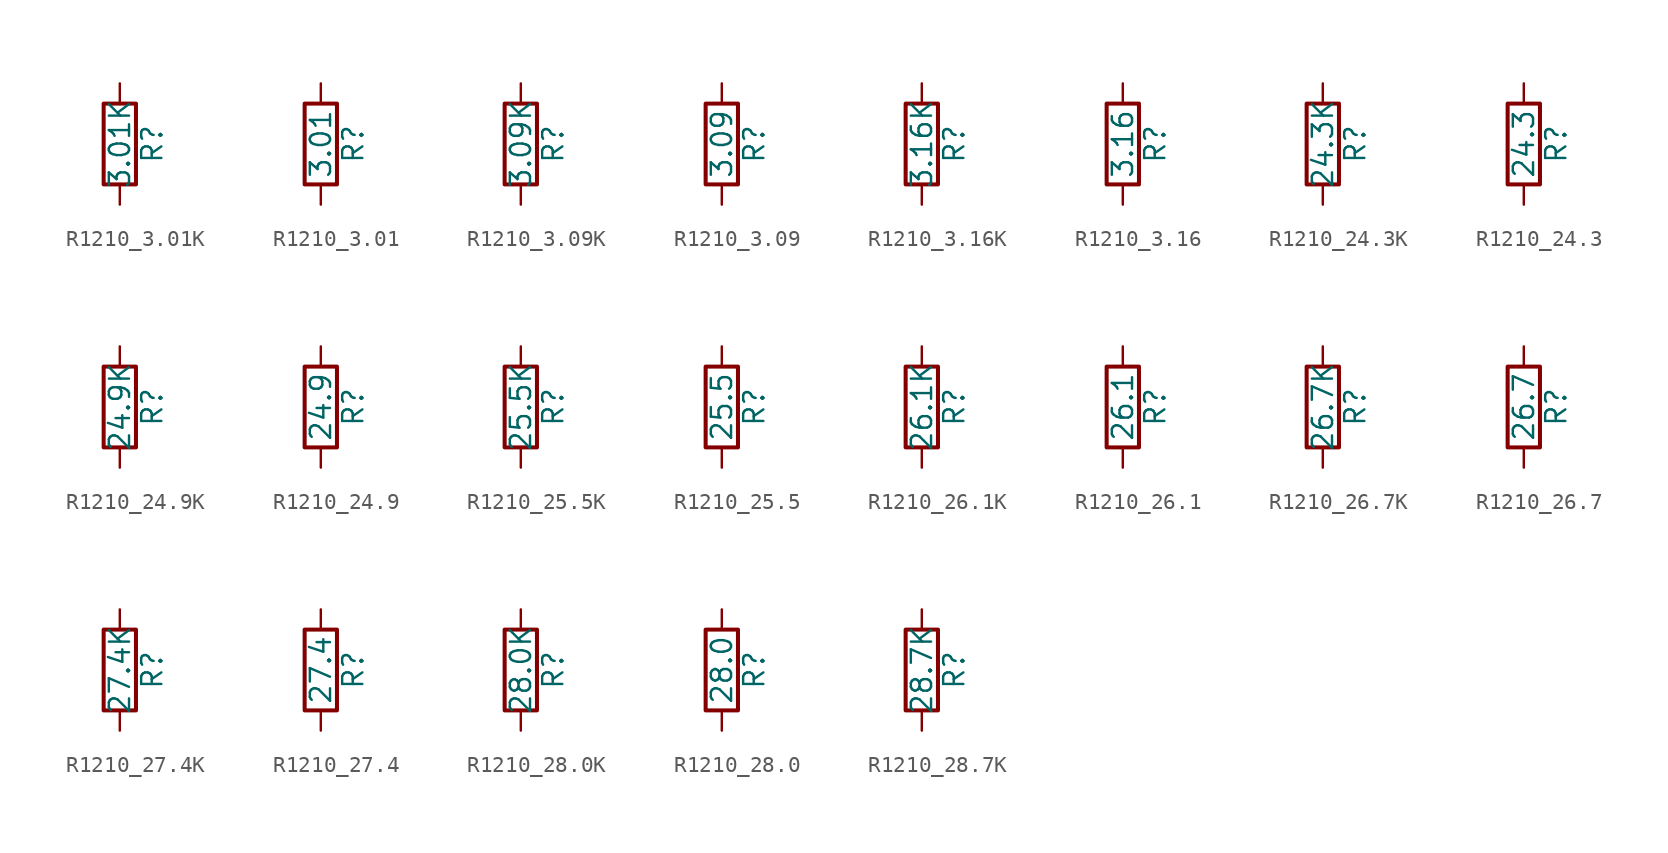
<source format=kicad_sym>
(kicad_symbol_lib
  (version 20211014)
  (generator atlantix-eda)
  (symbol "R1210_3.01K"
    (pin_numbers hide)
    (pin_names
      (offset 0))
    (property "Reference" "R"
      (at 2.032 0 90)
      (effects (font (size 1.27 1.27))))
    (property "Value" "3.01K"
      (at 0 0 90)
      (effects (font (size 1.27 1.27))))
    (symbol "R1210_3.01K_0_1"
      (rectangle (start -1.016 -2.54) (end 1.016 2.54) (stroke (width 0.254) (type default) (color 0 0 0 0)) (fill (type none))))
    (symbol "R1210_3.01K_1_1"
      (pin passive line (at 0 3.81 270) (length 1.27) (name "~" (effects (font (size 1.27 1.27)))) (number "1" (effects (font (size 1.27 1.27)))))
      (pin passive line (at 0 -3.81 90) (length 1.27) (name "~" (effects (font (size 1.27 1.27)))) (number "2" (effects (font (size 1.27 1.27)))))))
  (symbol "R1210_3.01"
    (pin_numbers hide)
    (pin_names
      (offset 0))
    (property "Reference" "R"
      (at 2.032 0 90)
      (effects (font (size 1.27 1.27))))
    (property "Value" "3.01"
      (at 0 0 90)
      (effects (font (size 1.27 1.27))))
    (symbol "R1210_3.01_0_1"
      (rectangle (start -1.016 -2.54) (end 1.016 2.54) (stroke (width 0.254) (type default) (color 0 0 0 0)) (fill (type none))))
    (symbol "R1210_3.01_1_1"
      (pin passive line (at 0 3.81 270) (length 1.27) (name "~" (effects (font (size 1.27 1.27)))) (number "1" (effects (font (size 1.27 1.27)))))
      (pin passive line (at 0 -3.81 90) (length 1.27) (name "~" (effects (font (size 1.27 1.27)))) (number "2" (effects (font (size 1.27 1.27)))))))
  (symbol "R1210_3.09K"
    (pin_numbers hide)
    (pin_names
      (offset 0))
    (property "Reference" "R"
      (at 2.032 0 90)
      (effects (font (size 1.27 1.27))))
    (property "Value" "3.09K"
      (at 0 0 90)
      (effects (font (size 1.27 1.27))))
    (symbol "R1210_3.09K_0_1"
      (rectangle (start -1.016 -2.54) (end 1.016 2.54) (stroke (width 0.254) (type default) (color 0 0 0 0)) (fill (type none))))
    (symbol "R1210_3.09K_1_1"
      (pin passive line (at 0 3.81 270) (length 1.27) (name "~" (effects (font (size 1.27 1.27)))) (number "1" (effects (font (size 1.27 1.27)))))
      (pin passive line (at 0 -3.81 90) (length 1.27) (name "~" (effects (font (size 1.27 1.27)))) (number "2" (effects (font (size 1.27 1.27)))))))
  (symbol "R1210_3.09"
    (pin_numbers hide)
    (pin_names
      (offset 0))
    (property "Reference" "R"
      (at 2.032 0 90)
      (effects (font (size 1.27 1.27))))
    (property "Value" "3.09"
      (at 0 0 90)
      (effects (font (size 1.27 1.27))))
    (symbol "R1210_3.09_0_1"
      (rectangle (start -1.016 -2.54) (end 1.016 2.54) (stroke (width 0.254) (type default) (color 0 0 0 0)) (fill (type none))))
    (symbol "R1210_3.09_1_1"
      (pin passive line (at 0 3.81 270) (length 1.27) (name "~" (effects (font (size 1.27 1.27)))) (number "1" (effects (font (size 1.27 1.27)))))
      (pin passive line (at 0 -3.81 90) (length 1.27) (name "~" (effects (font (size 1.27 1.27)))) (number "2" (effects (font (size 1.27 1.27)))))))
  (symbol "R1210_3.16K"
    (pin_numbers hide)
    (pin_names
      (offset 0))
    (property "Reference" "R"
      (at 2.032 0 90)
      (effects (font (size 1.27 1.27))))
    (property "Value" "3.16K"
      (at 0 0 90)
      (effects (font (size 1.27 1.27))))
    (symbol "R1210_3.16K_0_1"
      (rectangle (start -1.016 -2.54) (end 1.016 2.54) (stroke (width 0.254) (type default) (color 0 0 0 0)) (fill (type none))))
    (symbol "R1210_3.16K_1_1"
      (pin passive line (at 0 3.81 270) (length 1.27) (name "~" (effects (font (size 1.27 1.27)))) (number "1" (effects (font (size 1.27 1.27)))))
      (pin passive line (at 0 -3.81 90) (length 1.27) (name "~" (effects (font (size 1.27 1.27)))) (number "2" (effects (font (size 1.27 1.27)))))))
  (symbol "R1210_3.16"
    (pin_numbers hide)
    (pin_names
      (offset 0))
    (property "Reference" "R"
      (at 2.032 0 90)
      (effects (font (size 1.27 1.27))))
    (property "Value" "3.16"
      (at 0 0 90)
      (effects (font (size 1.27 1.27))))
    (symbol "R1210_3.16_0_1"
      (rectangle (start -1.016 -2.54) (end 1.016 2.54) (stroke (width 0.254) (type default) (color 0 0 0 0)) (fill (type none))))
    (symbol "R1210_3.16_1_1"
      (pin passive line (at 0 3.81 270) (length 1.27) (name "~" (effects (font (size 1.27 1.27)))) (number "1" (effects (font (size 1.27 1.27)))))
      (pin passive line (at 0 -3.81 90) (length 1.27) (name "~" (effects (font (size 1.27 1.27)))) (number "2" (effects (font (size 1.27 1.27)))))))
  (symbol "R1210_24.3K"
    (pin_numbers hide)
    (pin_names
      (offset 0))
    (property "Reference" "R"
      (at 2.032 0 90)
      (effects (font (size 1.27 1.27))))
    (property "Value" "24.3K"
      (at 0 0 90)
      (effects (font (size 1.27 1.27))))
    (symbol "R1210_24.3K_0_1"
      (rectangle (start -1.016 -2.54) (end 1.016 2.54) (stroke (width 0.254) (type default) (color 0 0 0 0)) (fill (type none))))
    (symbol "R1210_24.3K_1_1"
      (pin passive line (at 0 3.81 270) (length 1.27) (name "~" (effects (font (size 1.27 1.27)))) (number "1" (effects (font (size 1.27 1.27)))))
      (pin passive line (at 0 -3.81 90) (length 1.27) (name "~" (effects (font (size 1.27 1.27)))) (number "2" (effects (font (size 1.27 1.27)))))))
  (symbol "R1210_24.3"
    (pin_numbers hide)
    (pin_names
      (offset 0))
    (property "Reference" "R"
      (at 2.032 0 90)
      (effects (font (size 1.27 1.27))))
    (property "Value" "24.3"
      (at 0 0 90)
      (effects (font (size 1.27 1.27))))
    (symbol "R1210_24.3_0_1"
      (rectangle (start -1.016 -2.54) (end 1.016 2.54) (stroke (width 0.254) (type default) (color 0 0 0 0)) (fill (type none))))
    (symbol "R1210_24.3_1_1"
      (pin passive line (at 0 3.81 270) (length 1.27) (name "~" (effects (font (size 1.27 1.27)))) (number "1" (effects (font (size 1.27 1.27)))))
      (pin passive line (at 0 -3.81 90) (length 1.27) (name "~" (effects (font (size 1.27 1.27)))) (number "2" (effects (font (size 1.27 1.27)))))))
  (symbol "R1210_24.9K"
    (pin_numbers hide)
    (pin_names
      (offset 0))
    (property "Reference" "R"
      (at 2.032 0 90)
      (effects (font (size 1.27 1.27))))
    (property "Value" "24.9K"
      (at 0 0 90)
      (effects (font (size 1.27 1.27))))
    (symbol "R1210_24.9K_0_1"
      (rectangle (start -1.016 -2.54) (end 1.016 2.54) (stroke (width 0.254) (type default) (color 0 0 0 0)) (fill (type none))))
    (symbol "R1210_24.9K_1_1"
      (pin passive line (at 0 3.81 270) (length 1.27) (name "~" (effects (font (size 1.27 1.27)))) (number "1" (effects (font (size 1.27 1.27)))))
      (pin passive line (at 0 -3.81 90) (length 1.27) (name "~" (effects (font (size 1.27 1.27)))) (number "2" (effects (font (size 1.27 1.27)))))))
  (symbol "R1210_24.9"
    (pin_numbers hide)
    (pin_names
      (offset 0))
    (property "Reference" "R"
      (at 2.032 0 90)
      (effects (font (size 1.27 1.27))))
    (property "Value" "24.9"
      (at 0 0 90)
      (effects (font (size 1.27 1.27))))
    (symbol "R1210_24.9_0_1"
      (rectangle (start -1.016 -2.54) (end 1.016 2.54) (stroke (width 0.254) (type default) (color 0 0 0 0)) (fill (type none))))
    (symbol "R1210_24.9_1_1"
      (pin passive line (at 0 3.81 270) (length 1.27) (name "~" (effects (font (size 1.27 1.27)))) (number "1" (effects (font (size 1.27 1.27)))))
      (pin passive line (at 0 -3.81 90) (length 1.27) (name "~" (effects (font (size 1.27 1.27)))) (number "2" (effects (font (size 1.27 1.27)))))))
  (symbol "R1210_25.5K"
    (pin_numbers hide)
    (pin_names
      (offset 0))
    (property "Reference" "R"
      (at 2.032 0 90)
      (effects (font (size 1.27 1.27))))
    (property "Value" "25.5K"
      (at 0 0 90)
      (effects (font (size 1.27 1.27))))
    (symbol "R1210_25.5K_0_1"
      (rectangle (start -1.016 -2.54) (end 1.016 2.54) (stroke (width 0.254) (type default) (color 0 0 0 0)) (fill (type none))))
    (symbol "R1210_25.5K_1_1"
      (pin passive line (at 0 3.81 270) (length 1.27) (name "~" (effects (font (size 1.27 1.27)))) (number "1" (effects (font (size 1.27 1.27)))))
      (pin passive line (at 0 -3.81 90) (length 1.27) (name "~" (effects (font (size 1.27 1.27)))) (number "2" (effects (font (size 1.27 1.27)))))))
  (symbol "R1210_25.5"
    (pin_numbers hide)
    (pin_names
      (offset 0))
    (property "Reference" "R"
      (at 2.032 0 90)
      (effects (font (size 1.27 1.27))))
    (property "Value" "25.5"
      (at 0 0 90)
      (effects (font (size 1.27 1.27))))
    (symbol "R1210_25.5_0_1"
      (rectangle (start -1.016 -2.54) (end 1.016 2.54) (stroke (width 0.254) (type default) (color 0 0 0 0)) (fill (type none))))
    (symbol "R1210_25.5_1_1"
      (pin passive line (at 0 3.81 270) (length 1.27) (name "~" (effects (font (size 1.27 1.27)))) (number "1" (effects (font (size 1.27 1.27)))))
      (pin passive line (at 0 -3.81 90) (length 1.27) (name "~" (effects (font (size 1.27 1.27)))) (number "2" (effects (font (size 1.27 1.27)))))))
  (symbol "R1210_26.1K"
    (pin_numbers hide)
    (pin_names
      (offset 0))
    (property "Reference" "R"
      (at 2.032 0 90)
      (effects (font (size 1.27 1.27))))
    (property "Value" "26.1K"
      (at 0 0 90)
      (effects (font (size 1.27 1.27))))
    (symbol "R1210_26.1K_0_1"
      (rectangle (start -1.016 -2.54) (end 1.016 2.54) (stroke (width 0.254) (type default) (color 0 0 0 0)) (fill (type none))))
    (symbol "R1210_26.1K_1_1"
      (pin passive line (at 0 3.81 270) (length 1.27) (name "~" (effects (font (size 1.27 1.27)))) (number "1" (effects (font (size 1.27 1.27)))))
      (pin passive line (at 0 -3.81 90) (length 1.27) (name "~" (effects (font (size 1.27 1.27)))) (number "2" (effects (font (size 1.27 1.27)))))))
  (symbol "R1210_26.1"
    (pin_numbers hide)
    (pin_names
      (offset 0))
    (property "Reference" "R"
      (at 2.032 0 90)
      (effects (font (size 1.27 1.27))))
    (property "Value" "26.1"
      (at 0 0 90)
      (effects (font (size 1.27 1.27))))
    (symbol "R1210_26.1_0_1"
      (rectangle (start -1.016 -2.54) (end 1.016 2.54) (stroke (width 0.254) (type default) (color 0 0 0 0)) (fill (type none))))
    (symbol "R1210_26.1_1_1"
      (pin passive line (at 0 3.81 270) (length 1.27) (name "~" (effects (font (size 1.27 1.27)))) (number "1" (effects (font (size 1.27 1.27)))))
      (pin passive line (at 0 -3.81 90) (length 1.27) (name "~" (effects (font (size 1.27 1.27)))) (number "2" (effects (font (size 1.27 1.27)))))))
  (symbol "R1210_26.7K"
    (pin_numbers hide)
    (pin_names
      (offset 0))
    (property "Reference" "R"
      (at 2.032 0 90)
      (effects (font (size 1.27 1.27))))
    (property "Value" "26.7K"
      (at 0 0 90)
      (effects (font (size 1.27 1.27))))
    (symbol "R1210_26.7K_0_1"
      (rectangle (start -1.016 -2.54) (end 1.016 2.54) (stroke (width 0.254) (type default) (color 0 0 0 0)) (fill (type none))))
    (symbol "R1210_26.7K_1_1"
      (pin passive line (at 0 3.81 270) (length 1.27) (name "~" (effects (font (size 1.27 1.27)))) (number "1" (effects (font (size 1.27 1.27)))))
      (pin passive line (at 0 -3.81 90) (length 1.27) (name "~" (effects (font (size 1.27 1.27)))) (number "2" (effects (font (size 1.27 1.27)))))))
  (symbol "R1210_26.7"
    (pin_numbers hide)
    (pin_names
      (offset 0))
    (property "Reference" "R"
      (at 2.032 0 90)
      (effects (font (size 1.27 1.27))))
    (property "Value" "26.7"
      (at 0 0 90)
      (effects (font (size 1.27 1.27))))
    (symbol "R1210_26.7_0_1"
      (rectangle (start -1.016 -2.54) (end 1.016 2.54) (stroke (width 0.254) (type default) (color 0 0 0 0)) (fill (type none))))
    (symbol "R1210_26.7_1_1"
      (pin passive line (at 0 3.81 270) (length 1.27) (name "~" (effects (font (size 1.27 1.27)))) (number "1" (effects (font (size 1.27 1.27)))))
      (pin passive line (at 0 -3.81 90) (length 1.27) (name "~" (effects (font (size 1.27 1.27)))) (number "2" (effects (font (size 1.27 1.27)))))))
  (symbol "R1210_27.4K"
    (pin_numbers hide)
    (pin_names
      (offset 0))
    (property "Reference" "R"
      (at 2.032 0 90)
      (effects (font (size 1.27 1.27))))
    (property "Value" "27.4K"
      (at 0 0 90)
      (effects (font (size 1.27 1.27))))
    (symbol "R1210_27.4K_0_1"
      (rectangle (start -1.016 -2.54) (end 1.016 2.54) (stroke (width 0.254) (type default) (color 0 0 0 0)) (fill (type none))))
    (symbol "R1210_27.4K_1_1"
      (pin passive line (at 0 3.81 270) (length 1.27) (name "~" (effects (font (size 1.27 1.27)))) (number "1" (effects (font (size 1.27 1.27)))))
      (pin passive line (at 0 -3.81 90) (length 1.27) (name "~" (effects (font (size 1.27 1.27)))) (number "2" (effects (font (size 1.27 1.27)))))))
  (symbol "R1210_27.4"
    (pin_numbers hide)
    (pin_names
      (offset 0))
    (property "Reference" "R"
      (at 2.032 0 90)
      (effects (font (size 1.27 1.27))))
    (property "Value" "27.4"
      (at 0 0 90)
      (effects (font (size 1.27 1.27))))
    (symbol "R1210_27.4_0_1"
      (rectangle (start -1.016 -2.54) (end 1.016 2.54) (stroke (width 0.254) (type default) (color 0 0 0 0)) (fill (type none))))
    (symbol "R1210_27.4_1_1"
      (pin passive line (at 0 3.81 270) (length 1.27) (name "~" (effects (font (size 1.27 1.27)))) (number "1" (effects (font (size 1.27 1.27)))))
      (pin passive line (at 0 -3.81 90) (length 1.27) (name "~" (effects (font (size 1.27 1.27)))) (number "2" (effects (font (size 1.27 1.27)))))))
  (symbol "R1210_28.0K"
    (pin_numbers hide)
    (pin_names
      (offset 0))
    (property "Reference" "R"
      (at 2.032 0 90)
      (effects (font (size 1.27 1.27))))
    (property "Value" "28.0K"
      (at 0 0 90)
      (effects (font (size 1.27 1.27))))
    (symbol "R1210_28.0K_0_1"
      (rectangle (start -1.016 -2.54) (end 1.016 2.54) (stroke (width 0.254) (type default) (color 0 0 0 0)) (fill (type none))))
    (symbol "R1210_28.0K_1_1"
      (pin passive line (at 0 3.81 270) (length 1.27) (name "~" (effects (font (size 1.27 1.27)))) (number "1" (effects (font (size 1.27 1.27)))))
      (pin passive line (at 0 -3.81 90) (length 1.27) (name "~" (effects (font (size 1.27 1.27)))) (number "2" (effects (font (size 1.27 1.27)))))))
  (symbol "R1210_28.0"
    (pin_numbers hide)
    (pin_names
      (offset 0))
    (property "Reference" "R"
      (at 2.032 0 90)
      (effects (font (size 1.27 1.27))))
    (property "Value" "28.0"
      (at 0 0 90)
      (effects (font (size 1.27 1.27))))
    (symbol "R1210_28.0_0_1"
      (rectangle (start -1.016 -2.54) (end 1.016 2.54) (stroke (width 0.254) (type default) (color 0 0 0 0)) (fill (type none))))
    (symbol "R1210_28.0_1_1"
      (pin passive line (at 0 3.81 270) (length 1.27) (name "~" (effects (font (size 1.27 1.27)))) (number "1" (effects (font (size 1.27 1.27)))))
      (pin passive line (at 0 -3.81 90) (length 1.27) (name "~" (effects (font (size 1.27 1.27)))) (number "2" (effects (font (size 1.27 1.27)))))))
  (symbol "R1210_28.7K"
    (pin_numbers hide)
    (pin_names
      (offset 0))
    (property "Reference" "R"
      (at 2.032 0 90)
      (effects (font (size 1.27 1.27))))
    (property "Value" "28.7K"
      (at 0 0 90)
      (effects (font (size 1.27 1.27))))
    (symbol "R1210_28.7K_0_1"
      (rectangle (start -1.016 -2.54) (end 1.016 2.54) (stroke (width 0.254) (type default) (color 0 0 0 0)) (fill (type none))))
    (symbol "R1210_28.7K_1_1"
      (pin passive line (at 0 3.81 270) (length 1.27) (name "~" (effects (font (size 1.27 1.27)))) (number "1" (effects (font (size 1.27 1.27)))))
      (pin passive line (at 0 -3.81 90) (length 1.27) (name "~" (effects (font (size 1.27 1.27)))) (number "2" (effects (font (size 1.27 1.27))))))))
</source>
